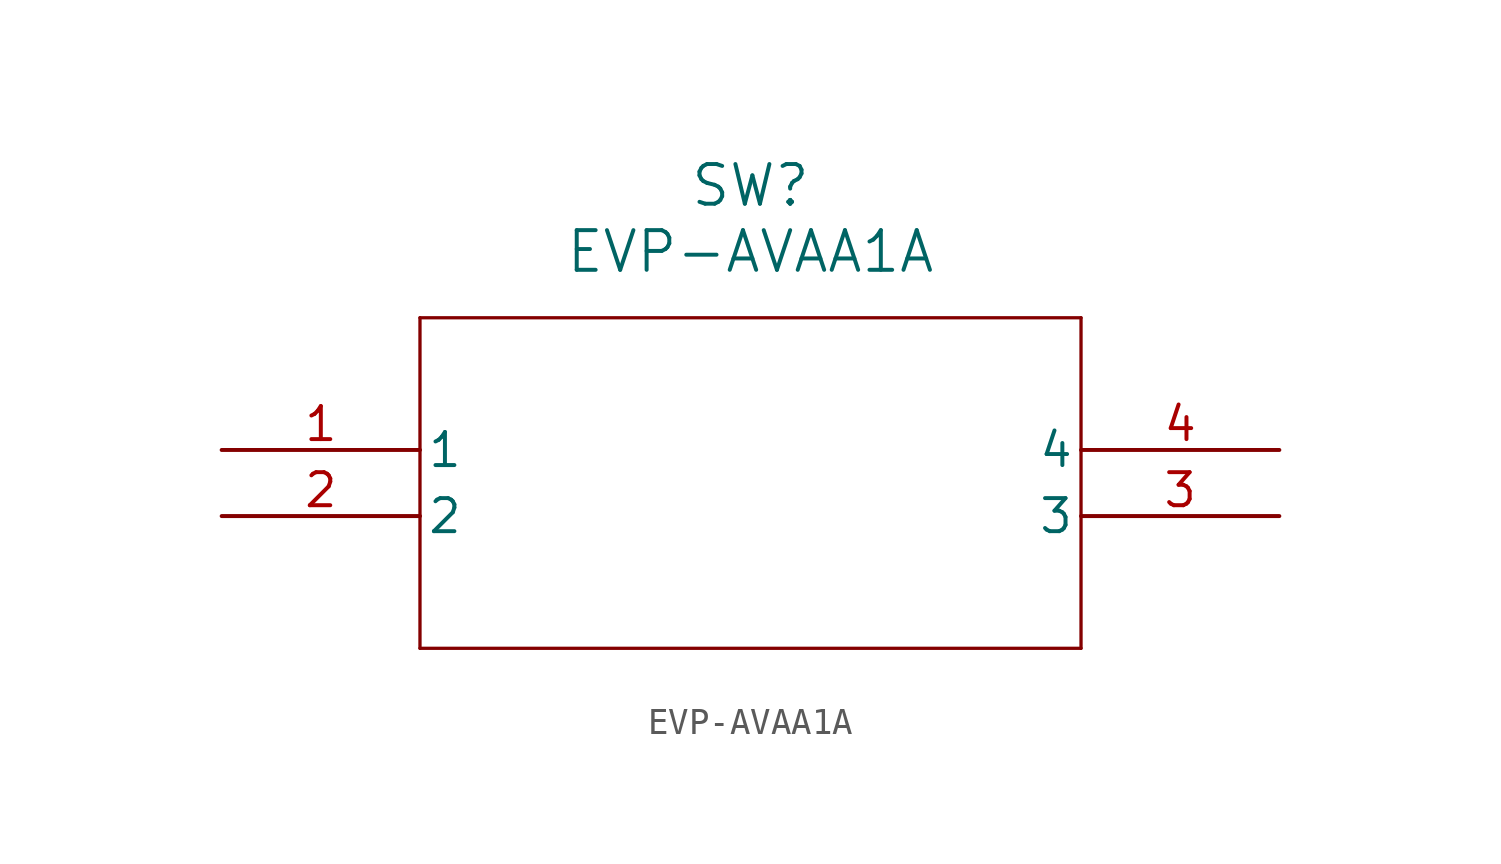
<source format=kicad_sym>
(kicad_symbol_lib
  (version 20211014)
  (generator kicad_symbol_editor)
  (symbol "EVP-AVAA1A"
    (pin_names
      (offset 0.254))
    (property "Reference" "SW"
      (at 20.32 10.16 0)
      (effects (font (size 1.524 1.524))))
    (property "Value" "EVP-AVAA1A"
      (at 20.32 7.62 0)
      (effects (font (size 1.524 1.524))))
    (symbol "EVP-AVAA1A_0_1"
      (polyline (pts (xy 7.62 5.08) (xy 7.62 -7.62)) (stroke (width 0.127) (type default) (color 0 0 0 0)) (fill (type none)))
      (polyline (pts (xy 7.62 -7.62) (xy 33.02 -7.62)) (stroke (width 0.127) (type default) (color 0 0 0 0)) (fill (type none)))
      (polyline (pts (xy 33.02 -7.62) (xy 33.02 5.08)) (stroke (width 0.127) (type default) (color 0 0 0 0)) (fill (type none)))
      (polyline (pts (xy 33.02 5.08) (xy 7.62 5.08)) (stroke (width 0.127) (type default) (color 0 0 0 0)) (fill (type none)))
      (pin unspecified line (at 0 0 0) (length 7.62) (name "1" (effects (font (size 1.27 1.27)))) (number "1" (effects (font (size 1.27 1.27)))))
      (pin unspecified line (at 0 -2.54 0) (length 7.62) (name "2" (effects (font (size 1.27 1.27)))) (number "2" (effects (font (size 1.27 1.27)))))
      (pin unspecified line (at 40.64 -2.54 180) (length 7.62) (name "3" (effects (font (size 1.27 1.27)))) (number "3" (effects (font (size 1.27 1.27)))))
      (pin unspecified line (at 40.64 0 180) (length 7.62) (name "4" (effects (font (size 1.27 1.27)))) (number "4" (effects (font (size 1.27 1.27))))))))
</source>
